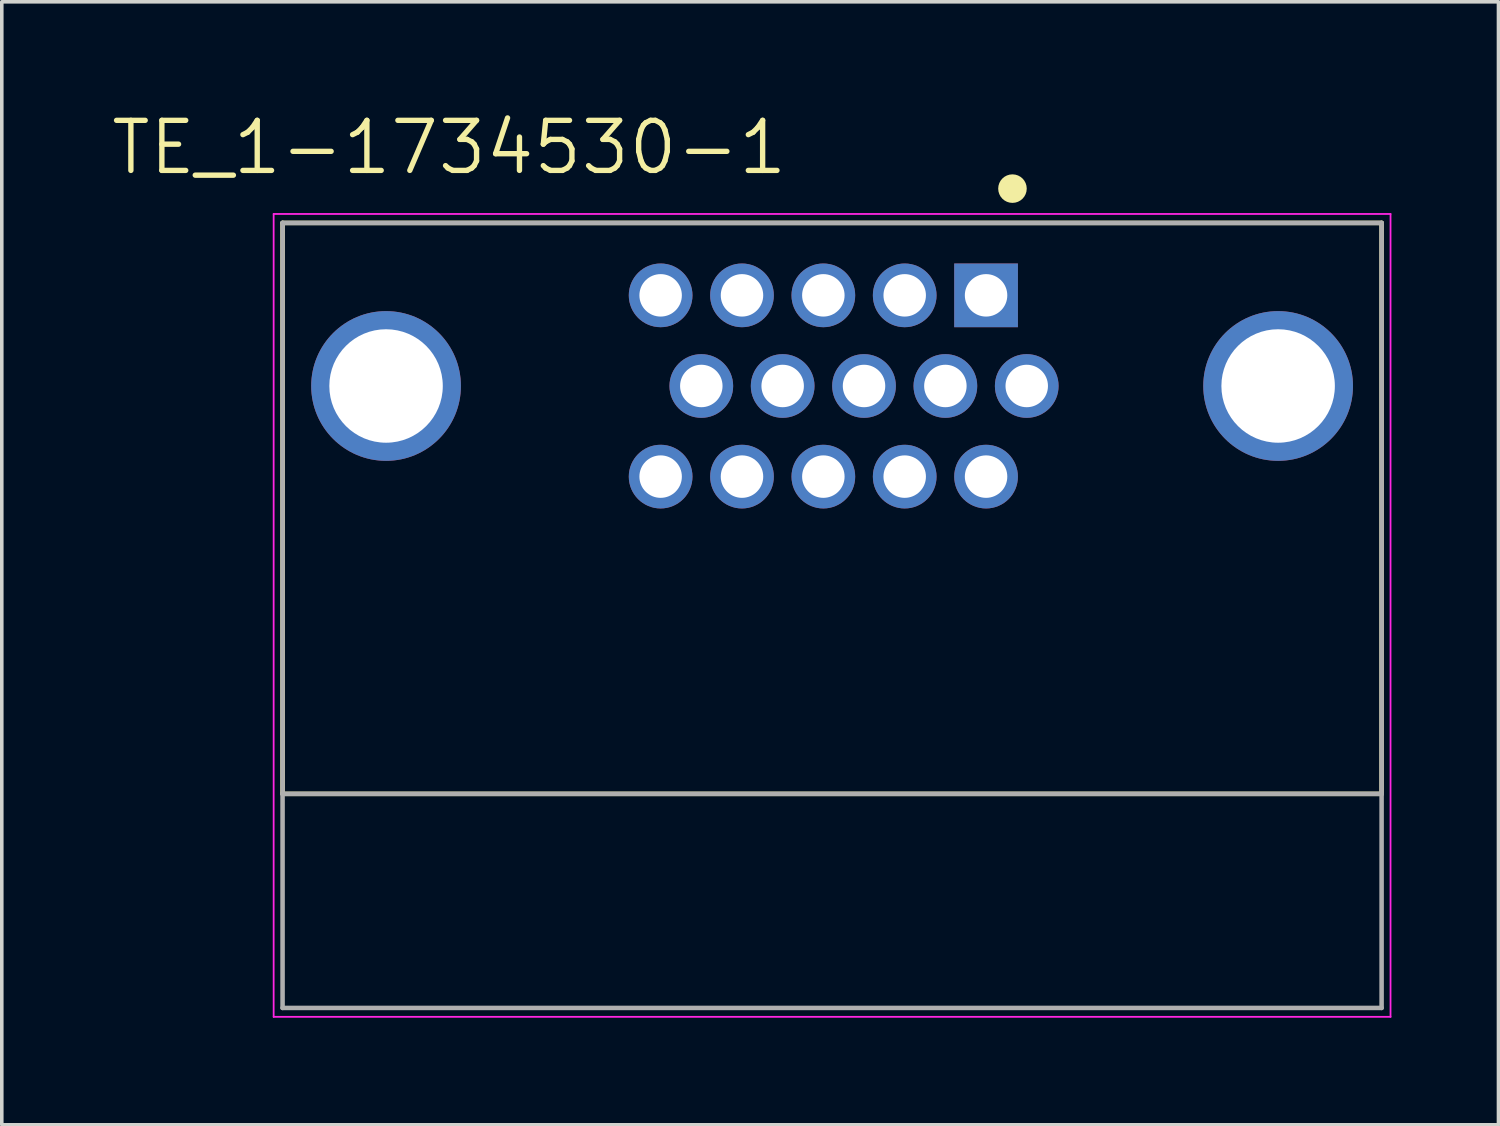
<source format=kicad_pcb>
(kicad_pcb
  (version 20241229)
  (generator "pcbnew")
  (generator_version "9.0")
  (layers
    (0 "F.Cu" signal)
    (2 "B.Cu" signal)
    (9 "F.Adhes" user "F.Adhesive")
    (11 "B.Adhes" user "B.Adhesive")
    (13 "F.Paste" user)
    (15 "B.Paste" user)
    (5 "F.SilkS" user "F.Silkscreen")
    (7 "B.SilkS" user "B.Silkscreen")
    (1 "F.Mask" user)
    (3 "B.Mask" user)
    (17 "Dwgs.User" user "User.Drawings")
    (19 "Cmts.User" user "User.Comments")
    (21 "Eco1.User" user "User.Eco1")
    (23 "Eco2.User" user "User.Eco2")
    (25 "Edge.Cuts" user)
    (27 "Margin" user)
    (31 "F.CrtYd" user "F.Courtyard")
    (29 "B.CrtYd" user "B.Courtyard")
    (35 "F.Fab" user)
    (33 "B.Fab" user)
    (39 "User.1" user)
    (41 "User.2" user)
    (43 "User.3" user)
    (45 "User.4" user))
  (footprint "TE_1-1734530-1"
    (layer "F.Cu")
    (at 20.269 7.767)
    (property "Reference" "TE_1-1734530-1" (at -10.732 -6.683 0) (layer "F.SilkS") (effects (font (size 1.403 1.403) (thickness 0.15))))
    (attr through_hole)
    (fp_line (start -15.4 -4.57) (end 15.4 -4.57) (stroke (width 0.127) (type solid)) (layer "F.SilkS"))
    (fp_line (start -15.4 11.43) (end -15.4 -4.57) (stroke (width 0.127) (type solid)) (layer "F.SilkS"))
    (fp_line (start 15.4 -4.57) (end 15.4 11.43) (stroke (width 0.127) (type solid)) (layer "F.SilkS"))
    (fp_line (start 15.4 11.43) (end -15.4 11.43) (stroke (width 0.127) (type solid)) (layer "F.SilkS"))
    (fp_circle (center 5.055 -5.531) (end 5.255 -5.531) (stroke (width 0.4) (type solid)) (fill no) (layer "F.SilkS"))
    (fp_line (start -15.65 -4.82) (end -15.65 17.68) (stroke (width 0.05) (type solid)) (layer "F.CrtYd"))
    (fp_line (start -15.65 17.68) (end 15.65 17.68) (stroke (width 0.05) (type solid)) (layer "F.CrtYd"))
    (fp_line (start 15.65 -4.82) (end -15.65 -4.82) (stroke (width 0.05) (type solid)) (layer "F.CrtYd"))
    (fp_line (start 15.65 17.68) (end 15.65 -4.82) (stroke (width 0.05) (type solid)) (layer "F.CrtYd"))
    (fp_line (start -15.4 -4.57) (end -15.4 11.43) (stroke (width 0.127) (type solid)) (layer "F.Fab"))
    (fp_line (start -15.4 11.43) (end -15.4 17.43) (stroke (width 0.127) (type solid)) (layer "F.Fab"))
    (fp_line (start -15.4 11.43) (end 15.4 11.43) (stroke (width 0.127) (type solid)) (layer "F.Fab"))
    (fp_line (start -15.4 17.43) (end 15.4 17.43) (stroke (width 0.127) (type solid)) (layer "F.Fab"))
    (fp_line (start 15.4 -4.57) (end -15.4 -4.57) (stroke (width 0.127) (type solid)) (layer "F.Fab"))
    (fp_line (start 15.4 11.43) (end 15.4 -4.57) (stroke (width 0.127) (type solid)) (layer "F.Fab"))
    (fp_line (start 15.4 17.43) (end 15.4 11.43) (stroke (width 0.127) (type solid)) (layer "F.Fab"))
    (pad "1" thru_hole rect (at 4.315 -2.54) (size 1.785 1.785) (drill 1.19) (layers "*.Cu" "*.Mask"))
    (pad "2" thru_hole circle (at 2.035 -2.54) (size 1.785 1.785) (drill 1.19) (layers "*.Cu" "*.Mask"))
    (pad "3" thru_hole circle (at -0.245 -2.54) (size 1.785 1.785) (drill 1.19) (layers "*.Cu" "*.Mask"))
    (pad "4" thru_hole circle (at -2.525 -2.54) (size 1.785 1.785) (drill 1.19) (layers "*.Cu" "*.Mask"))
    (pad "5" thru_hole circle (at -4.805 -2.54) (size 1.785 1.785) (drill 1.19) (layers "*.Cu" "*.Mask"))
    (pad "6" thru_hole circle (at 5.455 0) (size 1.785 1.785) (drill 1.19) (layers "*.Cu" "*.Mask"))
    (pad "7" thru_hole circle (at 3.175 0) (size 1.785 1.785) (drill 1.19) (layers "*.Cu" "*.Mask"))
    (pad "8" thru_hole circle (at 0.895 0) (size 1.785 1.785) (drill 1.19) (layers "*.Cu" "*.Mask"))
    (pad "9" thru_hole circle (at -1.385 0) (size 1.785 1.785) (drill 1.19) (layers "*.Cu" "*.Mask"))
    (pad "10" thru_hole circle (at -3.665 0) (size 1.785 1.785) (drill 1.19) (layers "*.Cu" "*.Mask"))
    (pad "11" thru_hole circle (at 4.315 2.54) (size 1.785 1.785) (drill 1.19) (layers "*.Cu" "*.Mask"))
    (pad "12" thru_hole circle (at 2.035 2.54) (size 1.785 1.785) (drill 1.19) (layers "*.Cu" "*.Mask"))
    (pad "13" thru_hole circle (at -0.245 2.54) (size 1.785 1.785) (drill 1.19) (layers "*.Cu" "*.Mask"))
    (pad "14" thru_hole circle (at -2.525 2.54) (size 1.785 1.785) (drill 1.19) (layers "*.Cu" "*.Mask"))
    (pad "15" thru_hole circle (at -4.805 2.54) (size 1.785 1.785) (drill 1.19) (layers "*.Cu" "*.Mask"))
    (pad "SH1" thru_hole circle (at -12.5 0) (size 4.196 4.196) (drill 3.18) (layers "*.Cu" "*.Mask"))
    (pad "SH2" thru_hole circle (at 12.5 0) (size 4.196 4.196) (drill 3.18) (layers "*.Cu" "*.Mask")))
  (gr_rect
    (start -3 -3)
    (end 38.944 28.472)
    (stroke (width 0.1) (type default))
    (fill no)
    (layer "Edge.Cuts")))
</source>
